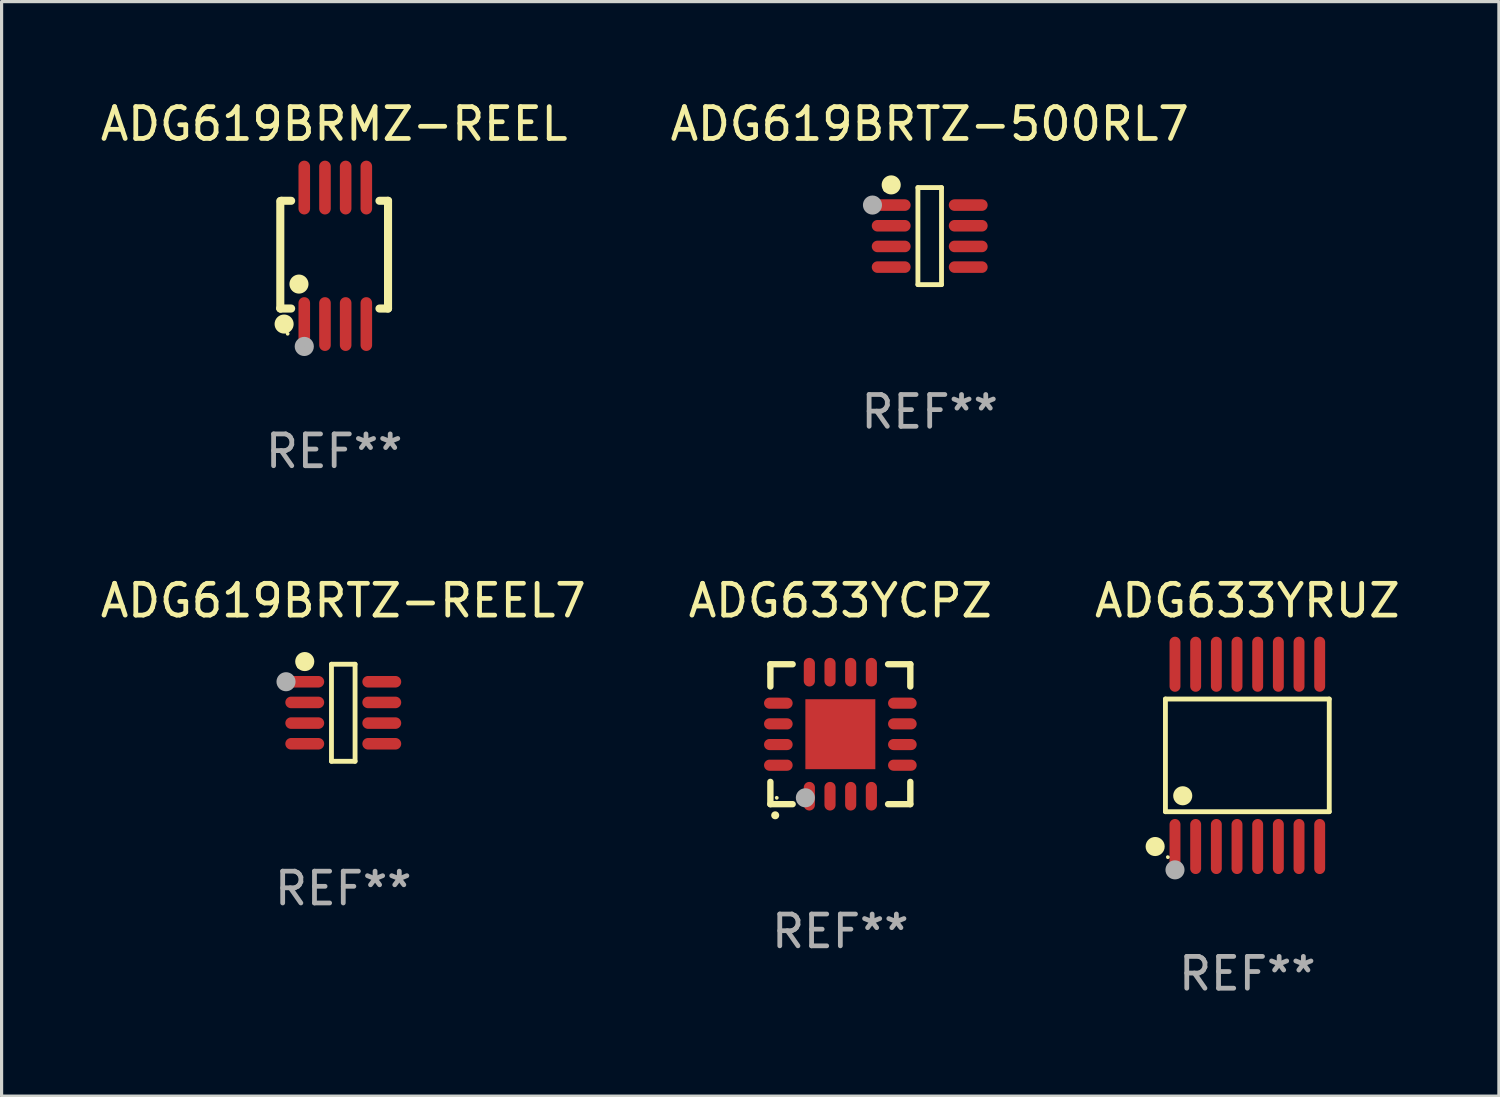
<source format=kicad_pcb>
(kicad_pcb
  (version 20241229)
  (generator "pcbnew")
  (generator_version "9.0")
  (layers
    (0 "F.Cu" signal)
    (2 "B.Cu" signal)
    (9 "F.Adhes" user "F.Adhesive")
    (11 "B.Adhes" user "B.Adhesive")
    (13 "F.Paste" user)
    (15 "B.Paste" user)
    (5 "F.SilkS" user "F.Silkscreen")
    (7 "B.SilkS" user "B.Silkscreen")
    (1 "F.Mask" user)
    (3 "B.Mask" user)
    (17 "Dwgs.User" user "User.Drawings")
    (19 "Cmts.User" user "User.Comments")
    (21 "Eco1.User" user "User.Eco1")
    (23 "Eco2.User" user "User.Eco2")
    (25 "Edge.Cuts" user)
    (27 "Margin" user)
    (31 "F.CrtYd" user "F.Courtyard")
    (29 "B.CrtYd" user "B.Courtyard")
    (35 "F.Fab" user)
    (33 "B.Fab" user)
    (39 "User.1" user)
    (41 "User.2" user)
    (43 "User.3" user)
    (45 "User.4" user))
  (footprint "ADG619BRTZ-REEL7"
    (layer "F.Cu")
    (at 7.744 19.363)
    (property "Reference" "ADG619BRTZ-REEL7" (at 0 -3.526 0) (layer "F.SilkS") (effects (font (size 1 1) (thickness 0.15))))
    (attr through_hole)
    (fp_line (start -0.371 -1.526) (end 0.371 -1.526) (stroke (width 0.152) (type solid)) (layer "F.SilkS"))
    (fp_line (start -0.371 1.526) (end -0.371 -1.526) (stroke (width 0.152) (type solid)) (layer "F.SilkS"))
    (fp_line (start 0.371 -1.526) (end 0.371 1.526) (stroke (width 0.152) (type solid)) (layer "F.SilkS"))
    (fp_line (start 0.371 1.526) (end -0.371 1.526) (stroke (width 0.152) (type solid)) (layer "F.SilkS"))
    (fp_circle (center -1.4 -1.451) (end -1.37 -1.451) (stroke (width 0.06) (type solid)) (fill no) (layer "F.SilkS"))
    (fp_circle (center -1.211 -1.61) (end -1.061 -1.61) (stroke (width 0.3) (type solid)) (fill no) (layer "F.SilkS"))
    (fp_circle (center -1.8 -0.976) (end -1.65 -0.976) (stroke (width 0.3) (type solid)) (fill no) (layer "F.Fab"))
    (fp_text user "REF**" (at 0 5.526 0) (layer "F.Fab") (effects (font (size 1 1) (thickness 0.15))))
    (pad "1" smd oval (at -1.211 -0.975 270) (size 0.364 1.222) (layers "F.Cu" "F.Mask" "F.Paste"))
    (pad "2" smd oval (at -1.211 -0.325 270) (size 0.364 1.222) (layers "F.Cu" "F.Mask" "F.Paste"))
    (pad "3" smd oval (at -1.211 0.325 270) (size 0.364 1.222) (layers "F.Cu" "F.Mask" "F.Paste"))
    (pad "4" smd oval (at -1.211 0.975 270) (size 0.364 1.222) (layers "F.Cu" "F.Mask" "F.Paste"))
    (pad "5" smd oval (at 1.211 0.975 270) (size 0.364 1.222) (layers "F.Cu" "F.Mask" "F.Paste"))
    (pad "6" smd oval (at 1.211 0.325 270) (size 0.364 1.222) (layers "F.Cu" "F.Mask" "F.Paste"))
    (pad "7" smd oval (at 1.211 -0.325 270) (size 0.364 1.222) (layers "F.Cu" "F.Mask" "F.Paste"))
    (pad "8" smd oval (at 1.211 -0.975 270) (size 0.364 1.222) (layers "F.Cu" "F.Mask" "F.Paste")))
  (footprint "ADG619BRTZ-500RL7"
    (layer "F.Cu")
    (at 26.185 4.374)
    (property "Reference" "ADG619BRTZ-500RL7" (at 0 -3.526 0) (layer "F.SilkS") (effects (font (size 1 1) (thickness 0.15))))
    (attr through_hole)
    (fp_line (start -0.371 -1.526) (end 0.371 -1.526) (stroke (width 0.152) (type solid)) (layer "F.SilkS"))
    (fp_line (start -0.371 1.526) (end -0.371 -1.526) (stroke (width 0.152) (type solid)) (layer "F.SilkS"))
    (fp_line (start 0.371 -1.526) (end 0.371 1.526) (stroke (width 0.152) (type solid)) (layer "F.SilkS"))
    (fp_line (start 0.371 1.526) (end -0.371 1.526) (stroke (width 0.152) (type solid)) (layer "F.SilkS"))
    (fp_circle (center -1.4 -1.451) (end -1.37 -1.451) (stroke (width 0.06) (type solid)) (fill no) (layer "F.SilkS"))
    (fp_circle (center -1.211 -1.61) (end -1.061 -1.61) (stroke (width 0.3) (type solid)) (fill no) (layer "F.SilkS"))
    (fp_circle (center -1.8 -0.976) (end -1.65 -0.976) (stroke (width 0.3) (type solid)) (fill no) (layer "F.Fab"))
    (fp_text user "REF**" (at 0 5.526 0) (layer "F.Fab") (effects (font (size 1 1) (thickness 0.15))))
    (pad "1" smd oval (at -1.211 -0.975 270) (size 0.364 1.222) (layers "F.Cu" "F.Mask" "F.Paste"))
    (pad "2" smd oval (at -1.211 -0.325 270) (size 0.364 1.222) (layers "F.Cu" "F.Mask" "F.Paste"))
    (pad "3" smd oval (at -1.211 0.325 270) (size 0.364 1.222) (layers "F.Cu" "F.Mask" "F.Paste"))
    (pad "4" smd oval (at -1.211 0.975 270) (size 0.364 1.222) (layers "F.Cu" "F.Mask" "F.Paste"))
    (pad "5" smd oval (at 1.211 0.975 270) (size 0.364 1.222) (layers "F.Cu" "F.Mask" "F.Paste"))
    (pad "6" smd oval (at 1.211 0.325 270) (size 0.364 1.222) (layers "F.Cu" "F.Mask" "F.Paste"))
    (pad "7" smd oval (at 1.211 -0.325 270) (size 0.364 1.222) (layers "F.Cu" "F.Mask" "F.Paste"))
    (pad "8" smd oval (at 1.211 -0.975 270) (size 0.364 1.222) (layers "F.Cu" "F.Mask" "F.Paste")))
  (footprint "ADG633YRUZ"
    (layer "F.Cu")
    (at 36.173 20.703)
    (property "Reference" "ADG633YRUZ" (at 0 -4.866 0) (layer "F.SilkS") (effects (font (size 1 1) (thickness 0.15))))
    (attr through_hole)
    (fp_line (start -2.576 -1.772) (end 2.576 -1.772) (stroke (width 0.152) (type solid)) (layer "F.SilkS"))
    (fp_line (start -2.576 1.771) (end -2.576 -1.772) (stroke (width 0.152) (type solid)) (layer "F.SilkS"))
    (fp_line (start 2.576 -1.772) (end 2.576 1.771) (stroke (width 0.152) (type solid)) (layer "F.SilkS"))
    (fp_line (start 2.576 1.771) (end -2.576 1.771) (stroke (width 0.152) (type solid)) (layer "F.SilkS"))
    (fp_circle (center -2.899 2.866) (end -2.749 2.866) (stroke (width 0.3) (type solid)) (fill no) (layer "F.SilkS"))
    (fp_circle (center -2.5 3.2) (end -2.47 3.2) (stroke (width 0.06) (type solid)) (fill no) (layer "F.SilkS"))
    (fp_circle (center -2.032 1.27) (end -1.882 1.27) (stroke (width 0.3) (type solid)) (fill no) (layer "F.SilkS"))
    (fp_circle (center -2.275 3.6) (end -2.125 3.6) (stroke (width 0.3) (type solid)) (fill no) (layer "F.Fab"))
    (fp_text user "REF**" (at 0 6.866 0) (layer "F.Fab") (effects (font (size 1 1) (thickness 0.15))))
    (pad "1" smd oval (at -2.275 2.866) (size 0.343 1.731) (layers "F.Cu" "F.Mask" "F.Paste"))
    (pad "2" smd oval (at -1.625 2.866) (size 0.343 1.731) (layers "F.Cu" "F.Mask" "F.Paste"))
    (pad "3" smd oval (at -0.975 2.866) (size 0.343 1.731) (layers "F.Cu" "F.Mask" "F.Paste"))
    (pad "4" smd oval (at -0.325 2.866) (size 0.343 1.731) (layers "F.Cu" "F.Mask" "F.Paste"))
    (pad "5" smd oval (at 0.325 2.866) (size 0.343 1.731) (layers "F.Cu" "F.Mask" "F.Paste"))
    (pad "6" smd oval (at 0.975 2.866) (size 0.343 1.731) (layers "F.Cu" "F.Mask" "F.Paste"))
    (pad "7" smd oval (at 1.625 2.866) (size 0.343 1.731) (layers "F.Cu" "F.Mask" "F.Paste"))
    (pad "8" smd oval (at 2.275 2.866) (size 0.343 1.731) (layers "F.Cu" "F.Mask" "F.Paste"))
    (pad "9" smd oval (at 2.275 -2.866) (size 0.343 1.731) (layers "F.Cu" "F.Mask" "F.Paste"))
    (pad "10" smd oval (at 1.625 -2.866) (size 0.343 1.731) (layers "F.Cu" "F.Mask" "F.Paste"))
    (pad "11" smd oval (at 0.975 -2.866) (size 0.343 1.731) (layers "F.Cu" "F.Mask" "F.Paste"))
    (pad "12" smd oval (at 0.325 -2.866) (size 0.343 1.731) (layers "F.Cu" "F.Mask" "F.Paste"))
    (pad "13" smd oval (at -0.325 -2.866) (size 0.343 1.731) (layers "F.Cu" "F.Mask" "F.Paste"))
    (pad "14" smd oval (at -0.975 -2.866) (size 0.343 1.731) (layers "F.Cu" "F.Mask" "F.Paste"))
    (pad "15" smd oval (at -1.625 -2.866) (size 0.343 1.731) (layers "F.Cu" "F.Mask" "F.Paste"))
    (pad "16" smd oval (at -2.275 -2.866) (size 0.343 1.731) (layers "F.Cu" "F.Mask" "F.Paste")))
  (footprint "ADG633YCPZ"
    (layer "F.Cu")
    (at 23.375 20.037)
    (property "Reference" "ADG633YCPZ" (at 0 -4.2 0) (layer "F.SilkS") (effects (font (size 1 1) (thickness 0.15))))
    (attr through_hole)
    (fp_line (start -2.2 -2.2) (end -1.5 -2.2) (stroke (width 0.2) (type solid)) (layer "F.SilkS"))
    (fp_line (start -2.2 -1.5) (end -2.2 -2.2) (stroke (width 0.2) (type solid)) (layer "F.SilkS"))
    (fp_line (start -2.2 2.2) (end -2.2 1.5) (stroke (width 0.2) (type solid)) (layer "F.SilkS"))
    (fp_line (start -1.5 2.2) (end -2.2 2.2) (stroke (width 0.2) (type solid)) (layer "F.SilkS"))
    (fp_line (start 1.5 2.2) (end 2.2 2.2) (stroke (width 0.2) (type solid)) (layer "F.SilkS"))
    (fp_line (start 2.2 -2.2) (end 1.5 -2.2) (stroke (width 0.2) (type solid)) (layer "F.SilkS"))
    (fp_line (start 2.2 -1.5) (end 2.2 -2.2) (stroke (width 0.2) (type solid)) (layer "F.SilkS"))
    (fp_line (start 2.2 2.2) (end 2.2 1.5) (stroke (width 0.2) (type solid)) (layer "F.SilkS"))
    (fp_arc (start -2.049784 2.550165) (mid -2.048514 2.550159) (end -2.047244 2.550165) (stroke (width 0.25) (type solid)) (layer "F.SilkS"))
    (fp_circle (center -2 2) (end -1.97 2) (stroke (width 0.06) (type solid)) (fill no) (layer "F.SilkS"))
    (fp_circle (center -1.1 2) (end -0.95 2) (stroke (width 0.3) (type solid)) (fill no) (layer "F.Fab"))
    (fp_text user "REF**" (at 0 6.2 0) (layer "F.Fab") (effects (font (size 1 1) (thickness 0.15))))
    (pad "1" smd oval (at -0.975 1.95 180) (size 0.35 0.9) (layers "F.Cu" "F.Mask" "F.Paste"))
    (pad "2" smd oval (at -0.325 1.95 180) (size 0.35 0.9) (layers "F.Cu" "F.Mask" "F.Paste"))
    (pad "3" smd oval (at 0.325 1.95 180) (size 0.35 0.9) (layers "F.Cu" "F.Mask" "F.Paste"))
    (pad "4" smd oval (at 0.975 1.95 180) (size 0.35 0.9) (layers "F.Cu" "F.Mask" "F.Paste"))
    (pad "5" smd oval (at 1.95 0.975 90) (size 0.35 0.9) (layers "F.Cu" "F.Mask" "F.Paste"))
    (pad "6" smd oval (at 1.95 0.325 90) (size 0.35 0.9) (layers "F.Cu" "F.Mask" "F.Paste"))
    (pad "7" smd oval (at 1.95 -0.325 90) (size 0.35 0.9) (layers "F.Cu" "F.Mask" "F.Paste"))
    (pad "8" smd oval (at 1.95 -0.975 90) (size 0.35 0.9) (layers "F.Cu" "F.Mask" "F.Paste"))
    (pad "9" smd oval (at 0.975 -1.95 180) (size 0.35 0.9) (layers "F.Cu" "F.Mask" "F.Paste"))
    (pad "10" smd oval (at 0.325 -1.95 180) (size 0.35 0.9) (layers "F.Cu" "F.Mask" "F.Paste"))
    (pad "11" smd oval (at -0.325 -1.95 180) (size 0.35 0.9) (layers "F.Cu" "F.Mask" "F.Paste"))
    (pad "12" smd oval (at -0.975 -1.95 180) (size 0.35 0.9) (layers "F.Cu" "F.Mask" "F.Paste"))
    (pad "13" smd oval (at -1.95 -0.975 90) (size 0.35 0.9) (layers "F.Cu" "F.Mask" "F.Paste"))
    (pad "14" smd oval (at -1.95 -0.325 90) (size 0.35 0.9) (layers "F.Cu" "F.Mask" "F.Paste"))
    (pad "15" smd oval (at -1.95 0.325 90) (size 0.35 0.9) (layers "F.Cu" "F.Mask" "F.Paste"))
    (pad "16" smd oval (at -1.95 0.975 90) (size 0.35 0.9) (layers "F.Cu" "F.Mask" "F.Paste"))
    (pad "17" smd rect (at 0.000051 0.000051 90) (size 2.2 2.2) (layers "F.Cu" "F.Mask" "F.Paste")))
  (footprint "ADG619BRMZ-REEL"
    (layer "F.Cu")
    (at 7.458 4.994)
    (property "Reference" "ADG619BRMZ-REEL" (at 0 -4.146 0) (layer "F.SilkS") (effects (font (size 1 1) (thickness 0.15))))
    (attr through_hole)
    (fp_line (start -1.694 -1.724) (end -1.694 1.652) (stroke (width 0.254) (type solid)) (layer "F.SilkS"))
    (fp_line (start -1.694 1.652) (end -1.688 1.658) (stroke (width 0.254) (type solid)) (layer "F.SilkS"))
    (fp_line (start -1.688 1.658) (end -1.353 1.658) (stroke (width 0.254) (type solid)) (layer "F.SilkS"))
    (fp_line (start -1.661 -1.73) (end -1.681 -1.71) (stroke (width 0.254) (type solid)) (layer "F.SilkS"))
    (fp_line (start -1.353 -1.73) (end -1.661 -1.73) (stroke (width 0.254) (type solid)) (layer "F.SilkS"))
    (fp_line (start 1.424 1.658) (end 1.694 1.658) (stroke (width 0.254) (type solid)) (layer "F.SilkS"))
    (fp_line (start 1.694 -1.73) (end 1.424 -1.73) (stroke (width 0.254) (type solid)) (layer "F.SilkS"))
    (fp_line (start 1.694 1.658) (end 1.694 -1.73) (stroke (width 0.254) (type solid)) (layer "F.SilkS"))
    (fp_circle (center -1.574 2.146) (end -1.424 2.146) (stroke (width 0.3) (type solid)) (fill no) (layer "F.SilkS"))
    (fp_circle (center -1.464 2.45) (end -1.434 2.45) (stroke (width 0.06) (type solid)) (fill no) (layer "F.SilkS"))
    (fp_circle (center -1.107 0.889) (end -0.957 0.889) (stroke (width 0.3) (type solid)) (fill no) (layer "F.SilkS"))
    (fp_circle (center -0.94 2.85) (end -0.789 2.85) (stroke (width 0.3) (type solid)) (fill no) (layer "F.Fab"))
    (fp_text user "REF**" (at 0 6.146 0) (layer "F.Fab") (effects (font (size 1 1) (thickness 0.15))))
    (pad "1" smd oval (at -0.94 2.146) (size 0.364 1.692) (layers "F.Cu" "F.Mask" "F.Paste"))
    (pad "2" smd oval (at -0.289 2.146) (size 0.364 1.692) (layers "F.Cu" "F.Mask" "F.Paste"))
    (pad "3" smd oval (at 0.361 2.146) (size 0.364 1.692) (layers "F.Cu" "F.Mask" "F.Paste"))
    (pad "4" smd oval (at 1.011 2.146) (size 0.364 1.692) (layers "F.Cu" "F.Mask" "F.Paste"))
    (pad "5" smd oval (at 1.011 -2.146) (size 0.364 1.692) (layers "F.Cu" "F.Mask" "F.Paste"))
    (pad "6" smd oval (at 0.361 -2.146) (size 0.364 1.692) (layers "F.Cu" "F.Mask" "F.Paste"))
    (pad "7" smd oval (at -0.289 -2.146) (size 0.364 1.692) (layers "F.Cu" "F.Mask" "F.Paste"))
    (pad "8" smd oval (at -0.94 -2.146) (size 0.364 1.692) (layers "F.Cu" "F.Mask" "F.Paste")))
  (gr_rect
    (start -3 -3)
    (end 44.083 31.417)
    (stroke (width 0.1) (type default))
    (fill no)
    (layer "Edge.Cuts")))
</source>
